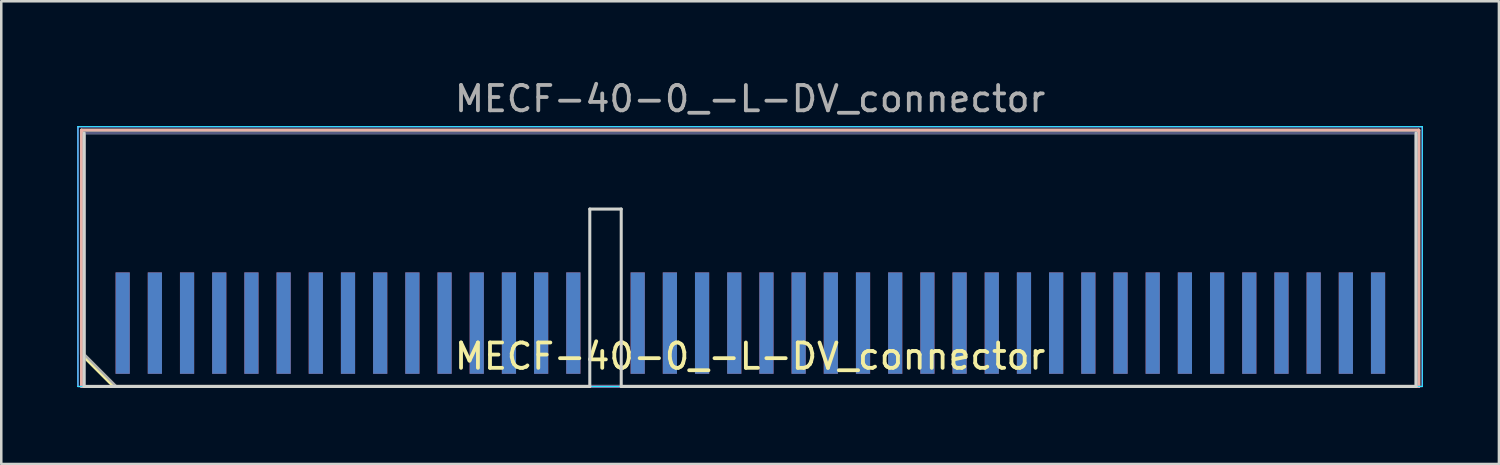
<source format=kicad_pcb>
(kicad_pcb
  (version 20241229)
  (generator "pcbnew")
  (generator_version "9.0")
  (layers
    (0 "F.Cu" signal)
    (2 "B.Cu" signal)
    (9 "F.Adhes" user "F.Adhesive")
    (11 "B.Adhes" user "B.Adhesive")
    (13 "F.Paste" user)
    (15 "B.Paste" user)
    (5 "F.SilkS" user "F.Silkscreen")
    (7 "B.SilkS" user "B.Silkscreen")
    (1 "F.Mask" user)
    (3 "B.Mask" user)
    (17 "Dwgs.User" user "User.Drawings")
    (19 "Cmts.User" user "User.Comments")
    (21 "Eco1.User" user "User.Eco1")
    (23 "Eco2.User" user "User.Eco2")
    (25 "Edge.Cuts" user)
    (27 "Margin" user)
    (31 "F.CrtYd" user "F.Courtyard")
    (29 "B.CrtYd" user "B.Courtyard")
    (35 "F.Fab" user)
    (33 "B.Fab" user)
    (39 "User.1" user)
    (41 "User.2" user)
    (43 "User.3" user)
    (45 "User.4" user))
  (footprint "MECF-40-0_-L-DV_connector"
    (layer "F.Cu")
    (at 26.545 7.198)
    (property "Reference" "MECF-40-0_-L-DV_connector" (at 0 3.81 0) (layer "F.SilkS") (effects (font (size 1 1) (thickness 0.15))))
    (attr smd)
    (fp_line (start -26.38 -5.11) (end 26.38 -5.11) (stroke (width 0.12) (type solid)) (layer "F.SilkS"))
    (fp_line (start -26.38 3.73) (end -26.38 -5.11) (stroke (width 0.12) (type solid)) (layer "F.SilkS"))
    (fp_line (start -25.11 5) (end -26.38 3.73) (stroke (width 0.12) (type solid)) (layer "F.SilkS"))
    (fp_line (start -25.11 5) (end 26.38 5) (stroke (width 0.12) (type solid)) (layer "F.SilkS"))
    (fp_line (start 26.38 5) (end 26.38 -5.11) (stroke (width 0.12) (type solid)) (layer "F.SilkS"))
    (fp_line (start -26.38 -5.11) (end 26.38 -5.11) (stroke (width 0.12) (type solid)) (layer "B.SilkS"))
    (fp_line (start -26.38 5) (end -26.38 -5.11) (stroke (width 0.12) (type solid)) (layer "B.SilkS"))
    (fp_line (start -26.38 5) (end 26.38 5) (stroke (width 0.12) (type solid)) (layer "B.SilkS"))
    (fp_line (start 26.38 5) (end 26.38 -5.11) (stroke (width 0.12) (type solid)) (layer "B.SilkS"))
    (fp_line (start -26.275 5) (end -26.275 -5) (stroke (width 0.12) (type solid)) (layer "Edge.Cuts"))
    (fp_line (start -26.275 5) (end -6.325 5) (stroke (width 0.12) (type solid)) (layer "Edge.Cuts"))
    (fp_line (start -6.325 -2) (end -5.085 -2) (stroke (width 0.12) (type solid)) (layer "Edge.Cuts"))
    (fp_line (start -6.325 5) (end -6.325 -2) (stroke (width 0.12) (type solid)) (layer "Edge.Cuts"))
    (fp_line (start -5.085 5) (end -5.085 -2) (stroke (width 0.12) (type solid)) (layer "Edge.Cuts"))
    (fp_line (start -5.085 5) (end 26.275 5) (stroke (width 0.12) (type solid)) (layer "Edge.Cuts"))
    (fp_line (start 26.275 5) (end 26.275 -5) (stroke (width 0.12) (type solid)) (layer "Edge.Cuts"))
    (fp_line (start -26.52 -5.25) (end -26.52 5) (stroke (width 0.05) (type solid)) (layer "B.CrtYd"))
    (fp_line (start -26.52 5) (end 26.52 5) (stroke (width 0.05) (type solid)) (layer "B.CrtYd"))
    (fp_line (start 26.52 -5.25) (end -26.52 -5.25) (stroke (width 0.05) (type solid)) (layer "B.CrtYd"))
    (fp_line (start 26.52 5) (end 26.52 -5.25) (stroke (width 0.05) (type solid)) (layer "B.CrtYd"))
    (fp_line (start -26.52 -5.25) (end -26.52 5) (stroke (width 0.05) (type solid)) (layer "F.CrtYd"))
    (fp_line (start -26.52 5) (end 26.52 5) (stroke (width 0.05) (type solid)) (layer "F.CrtYd"))
    (fp_line (start 26.52 -5.25) (end -26.52 -5.25) (stroke (width 0.05) (type solid)) (layer "F.CrtYd"))
    (fp_line (start 26.52 5) (end 26.52 -5.25) (stroke (width 0.05) (type solid)) (layer "F.CrtYd"))
    (fp_line (start -26.275 -5) (end 26.275 -5) (stroke (width 0.1) (type solid)) (layer "B.Fab"))
    (fp_line (start -26.275 5) (end -26.275 -5) (stroke (width 0.1) (type solid)) (layer "B.Fab"))
    (fp_line (start -26.275 5) (end 26.275 5) (stroke (width 0.1) (type solid)) (layer "B.Fab"))
    (fp_line (start 26.275 5) (end 26.275 -5) (stroke (width 0.1) (type solid)) (layer "B.Fab"))
    (fp_line (start -26.275 -5) (end 26.275 -5) (stroke (width 0.1) (type solid)) (layer "F.Fab"))
    (fp_line (start -26.275 3.73) (end -26.275 -5) (stroke (width 0.1) (type solid)) (layer "F.Fab"))
    (fp_line (start -26.275 3.73) (end -25.005 5) (stroke (width 0.1) (type solid)) (layer "F.Fab"))
    (fp_line (start -25.005 5) (end 26.275 5) (stroke (width 0.1) (type solid)) (layer "F.Fab"))
    (fp_line (start 26.275 5) (end 26.275 -5) (stroke (width 0.1) (type solid)) (layer "F.Fab"))
    (fp_text user "${REFERENCE}" (at 0 -6.35 0) (layer "F.Fab") (effects (font (size 1 1) (thickness 0.15))))
    (pad "1" smd rect (at -24.755 2.5) (size 0.56 4) (layers "F.Cu" "F.Mask" "F.Paste"))
    (pad "2" smd rect (at -24.755 2.5) (size 0.56 4) (layers "B.Cu" "B.Mask" "B.Paste"))
    (pad "3" smd rect (at -23.485 2.5) (size 0.56 4) (layers "F.Cu" "F.Mask" "F.Paste"))
    (pad "4" smd rect (at -23.485 2.5) (size 0.56 4) (layers "B.Cu" "B.Mask" "B.Paste"))
    (pad "5" smd rect (at -22.215 2.5) (size 0.56 4) (layers "F.Cu" "F.Mask" "F.Paste"))
    (pad "6" smd rect (at -22.215 2.5) (size 0.56 4) (layers "B.Cu" "B.Mask" "B.Paste"))
    (pad "7" smd rect (at -20.945 2.5) (size 0.56 4) (layers "F.Cu" "F.Mask" "F.Paste"))
    (pad "8" smd rect (at -20.945 2.5) (size 0.56 4) (layers "B.Cu" "B.Mask" "B.Paste"))
    (pad "9" smd rect (at -19.675 2.5) (size 0.56 4) (layers "F.Cu" "F.Mask" "F.Paste"))
    (pad "10" smd rect (at -19.675 2.5) (size 0.56 4) (layers "B.Cu" "B.Mask" "B.Paste"))
    (pad "11" smd rect (at -18.405 2.5) (size 0.56 4) (layers "F.Cu" "F.Mask" "F.Paste"))
    (pad "12" smd rect (at -18.405 2.5) (size 0.56 4) (layers "B.Cu" "B.Mask" "B.Paste"))
    (pad "13" smd rect (at -17.135 2.5) (size 0.56 4) (layers "F.Cu" "F.Mask" "F.Paste"))
    (pad "14" smd rect (at -17.135 2.5) (size 0.56 4) (layers "B.Cu" "B.Mask" "B.Paste"))
    (pad "15" smd rect (at -15.865 2.5) (size 0.56 4) (layers "F.Cu" "F.Mask" "F.Paste"))
    (pad "16" smd rect (at -15.865 2.5) (size 0.56 4) (layers "B.Cu" "B.Mask" "B.Paste"))
    (pad "17" smd rect (at -14.595 2.5) (size 0.56 4) (layers "F.Cu" "F.Mask" "F.Paste"))
    (pad "18" smd rect (at -14.595 2.5) (size 0.56 4) (layers "B.Cu" "B.Mask" "B.Paste"))
    (pad "19" smd rect (at -13.325 2.5) (size 0.56 4) (layers "F.Cu" "F.Mask" "F.Paste"))
    (pad "20" smd rect (at -13.325 2.5) (size 0.56 4) (layers "B.Cu" "B.Mask" "B.Paste"))
    (pad "21" smd rect (at -12.055 2.5) (size 0.56 4) (layers "F.Cu" "F.Mask" "F.Paste"))
    (pad "22" smd rect (at -12.055 2.5) (size 0.56 4) (layers "B.Cu" "B.Mask" "B.Paste"))
    (pad "23" smd rect (at -10.785 2.5) (size 0.56 4) (layers "F.Cu" "F.Mask" "F.Paste"))
    (pad "24" smd rect (at -10.785 2.5) (size 0.56 4) (layers "B.Cu" "B.Mask" "B.Paste"))
    (pad "25" smd rect (at -9.515 2.5) (size 0.56 4) (layers "F.Cu" "F.Mask" "F.Paste"))
    (pad "26" smd rect (at -9.515 2.5) (size 0.56 4) (layers "B.Cu" "B.Mask" "B.Paste"))
    (pad "27" smd rect (at -8.245 2.5) (size 0.56 4) (layers "F.Cu" "F.Mask" "F.Paste"))
    (pad "28" smd rect (at -8.245 2.5) (size 0.56 4) (layers "B.Cu" "B.Mask" "B.Paste"))
    (pad "29" smd rect (at -6.975 2.5) (size 0.56 4) (layers "F.Cu" "F.Mask" "F.Paste"))
    (pad "30" smd rect (at -6.975 2.5) (size 0.56 4) (layers "B.Cu" "B.Mask" "B.Paste"))
    (pad "33" smd rect (at -4.435 2.5) (size 0.56 4) (layers "F.Cu" "F.Mask" "F.Paste"))
    (pad "34" smd rect (at -4.435 2.5) (size 0.56 4) (layers "B.Cu" "B.Mask" "B.Paste"))
    (pad "35" smd rect (at -3.165 2.5) (size 0.56 4) (layers "F.Cu" "F.Mask" "F.Paste"))
    (pad "36" smd rect (at -3.165 2.5) (size 0.56 4) (layers "B.Cu" "B.Mask" "B.Paste"))
    (pad "37" smd rect (at -1.895 2.5) (size 0.56 4) (layers "F.Cu" "F.Mask" "F.Paste"))
    (pad "38" smd rect (at -1.895 2.5) (size 0.56 4) (layers "B.Cu" "B.Mask" "B.Paste"))
    (pad "39" smd rect (at -0.625 2.5) (size 0.56 4) (layers "F.Cu" "F.Mask" "F.Paste"))
    (pad "40" smd rect (at -0.625 2.5) (size 0.56 4) (layers "B.Cu" "B.Mask" "B.Paste"))
    (pad "41" smd rect (at 0.645 2.5) (size 0.56 4) (layers "F.Cu" "F.Mask" "F.Paste"))
    (pad "42" smd rect (at 0.645 2.5) (size 0.56 4) (layers "B.Cu" "B.Mask" "B.Paste"))
    (pad "43" smd rect (at 1.915 2.5) (size 0.56 4) (layers "F.Cu" "F.Mask" "F.Paste"))
    (pad "44" smd rect (at 1.915 2.5) (size 0.56 4) (layers "B.Cu" "B.Mask" "B.Paste"))
    (pad "45" smd rect (at 3.185 2.5) (size 0.56 4) (layers "F.Cu" "F.Mask" "F.Paste"))
    (pad "46" smd rect (at 3.185 2.5) (size 0.56 4) (layers "B.Cu" "B.Mask" "B.Paste"))
    (pad "47" smd rect (at 4.455 2.5) (size 0.56 4) (layers "F.Cu" "F.Mask" "F.Paste"))
    (pad "48" smd rect (at 4.455 2.5) (size 0.56 4) (layers "B.Cu" "B.Mask" "B.Paste"))
    (pad "49" smd rect (at 5.725 2.5) (size 0.56 4) (layers "F.Cu" "F.Mask" "F.Paste"))
    (pad "50" smd rect (at 5.725 2.5) (size 0.56 4) (layers "B.Cu" "B.Mask" "B.Paste"))
    (pad "51" smd rect (at 6.995 2.5) (size 0.56 4) (layers "F.Cu" "F.Mask" "F.Paste"))
    (pad "52" smd rect (at 6.995 2.5) (size 0.56 4) (layers "B.Cu" "B.Mask" "B.Paste"))
    (pad "53" smd rect (at 8.265 2.5) (size 0.56 4) (layers "F.Cu" "F.Mask" "F.Paste"))
    (pad "54" smd rect (at 8.265 2.5) (size 0.56 4) (layers "B.Cu" "B.Mask" "B.Paste"))
    (pad "55" smd rect (at 9.535 2.5) (size 0.56 4) (layers "F.Cu" "F.Mask" "F.Paste"))
    (pad "56" smd rect (at 9.535 2.5) (size 0.56 4) (layers "B.Cu" "B.Mask" "B.Paste"))
    (pad "57" smd rect (at 10.805 2.5) (size 0.56 4) (layers "F.Cu" "F.Mask" "F.Paste"))
    (pad "58" smd rect (at 10.805 2.5) (size 0.56 4) (layers "B.Cu" "B.Mask" "B.Paste"))
    (pad "59" smd rect (at 12.075 2.5) (size 0.56 4) (layers "F.Cu" "F.Mask" "F.Paste"))
    (pad "60" smd rect (at 12.075 2.5) (size 0.56 4) (layers "B.Cu" "B.Mask" "B.Paste"))
    (pad "61" smd rect (at 13.345 2.5) (size 0.56 4) (layers "F.Cu" "F.Mask" "F.Paste"))
    (pad "62" smd rect (at 13.345 2.5) (size 0.56 4) (layers "B.Cu" "B.Mask" "B.Paste"))
    (pad "63" smd rect (at 14.615 2.5) (size 0.56 4) (layers "F.Cu" "F.Mask" "F.Paste"))
    (pad "64" smd rect (at 14.615 2.5) (size 0.56 4) (layers "B.Cu" "B.Mask" "B.Paste"))
    (pad "65" smd rect (at 15.885 2.5) (size 0.56 4) (layers "F.Cu" "F.Mask" "F.Paste"))
    (pad "66" smd rect (at 15.885 2.5) (size 0.56 4) (layers "B.Cu" "B.Mask" "B.Paste"))
    (pad "67" smd rect (at 17.155 2.5) (size 0.56 4) (layers "F.Cu" "F.Mask" "F.Paste"))
    (pad "68" smd rect (at 17.155 2.5) (size 0.56 4) (layers "B.Cu" "B.Mask" "B.Paste"))
    (pad "69" smd rect (at 18.425 2.5) (size 0.56 4) (layers "F.Cu" "F.Mask" "F.Paste"))
    (pad "70" smd rect (at 18.425 2.5) (size 0.56 4) (layers "B.Cu" "B.Mask" "B.Paste"))
    (pad "71" smd rect (at 19.695 2.5) (size 0.56 4) (layers "F.Cu" "F.Mask" "F.Paste"))
    (pad "72" smd rect (at 19.695 2.5) (size 0.56 4) (layers "B.Cu" "B.Mask" "B.Paste"))
    (pad "73" smd rect (at 20.965 2.5) (size 0.56 4) (layers "F.Cu" "F.Mask" "F.Paste"))
    (pad "74" smd rect (at 20.965 2.5) (size 0.56 4) (layers "B.Cu" "B.Mask" "B.Paste"))
    (pad "75" smd rect (at 22.235 2.5) (size 0.56 4) (layers "F.Cu" "F.Mask" "F.Paste"))
    (pad "76" smd rect (at 22.235 2.5) (size 0.56 4) (layers "B.Cu" "B.Mask" "B.Paste"))
    (pad "77" smd rect (at 23.505 2.5) (size 0.56 4) (layers "F.Cu" "F.Mask" "F.Paste"))
    (pad "78" smd rect (at 23.505 2.5) (size 0.56 4) (layers "B.Cu" "B.Mask" "B.Paste"))
    (pad "79" smd rect (at 24.775 2.5) (size 0.56 4) (layers "F.Cu" "F.Mask" "F.Paste"))
    (pad "80" smd rect (at 24.775 2.5) (size 0.56 4) (layers "B.Cu" "B.Mask" "B.Paste")))
  (gr_rect
    (start -3 -3)
    (end 56.09 15.258)
    (stroke (width 0.1) (type default))
    (fill no)
    (layer "Edge.Cuts")))
</source>
